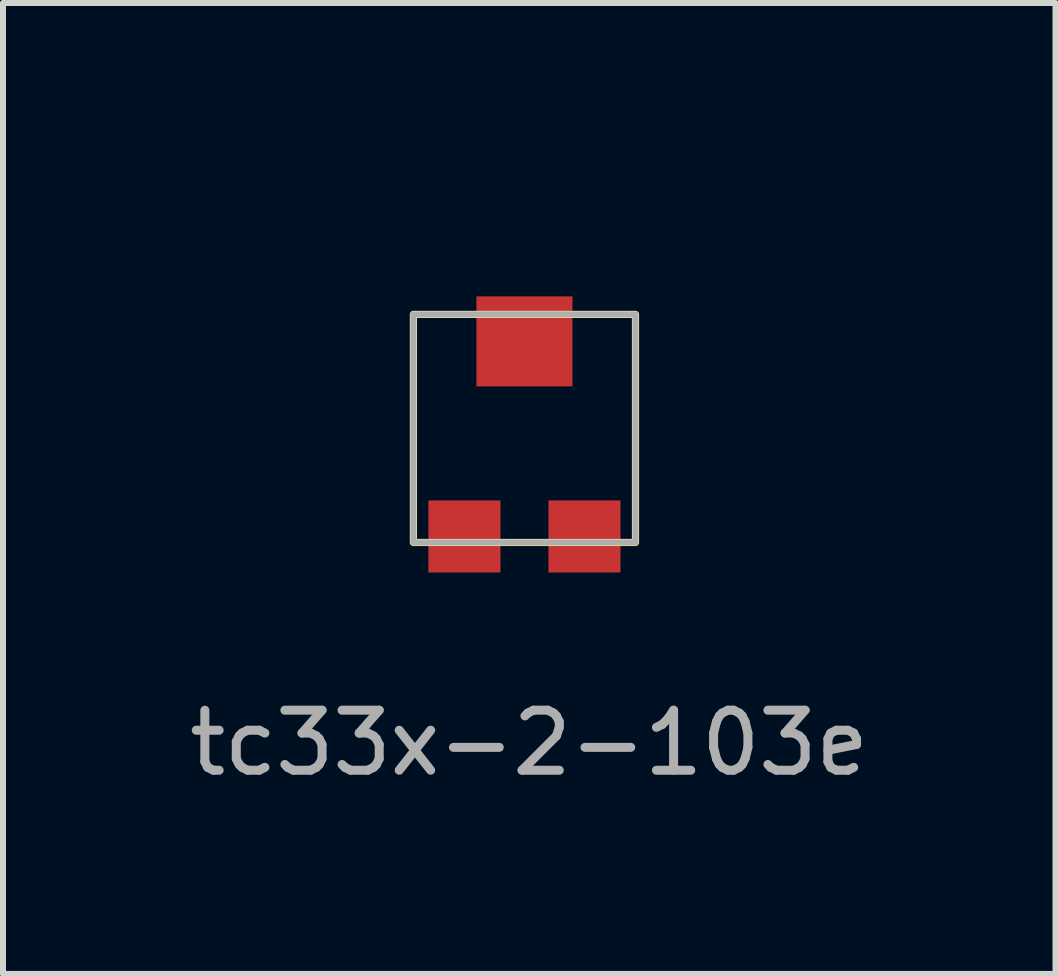
<source format=kicad_pcb>
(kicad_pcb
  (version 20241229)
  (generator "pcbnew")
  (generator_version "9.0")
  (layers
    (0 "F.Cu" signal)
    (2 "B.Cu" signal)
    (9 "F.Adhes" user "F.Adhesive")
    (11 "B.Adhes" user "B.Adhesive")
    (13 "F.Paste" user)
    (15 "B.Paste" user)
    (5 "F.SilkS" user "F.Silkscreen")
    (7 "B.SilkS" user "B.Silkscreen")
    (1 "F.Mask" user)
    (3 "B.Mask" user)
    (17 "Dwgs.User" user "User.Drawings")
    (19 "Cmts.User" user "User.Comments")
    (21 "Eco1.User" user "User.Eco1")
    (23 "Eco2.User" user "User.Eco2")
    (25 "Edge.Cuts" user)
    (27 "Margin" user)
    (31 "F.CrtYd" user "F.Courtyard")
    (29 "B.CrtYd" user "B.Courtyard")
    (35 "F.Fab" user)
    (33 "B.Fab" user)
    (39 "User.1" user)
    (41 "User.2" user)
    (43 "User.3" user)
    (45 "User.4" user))
  (footprint "tc33x-2-103e"
    (layer "F.Cu")
    (at 5.688 4.088)
    (property "Reference" "tc33x-2-103e" (at 0.08 -3.24 0) (unlocked yes) (layer "User.1") (effects (font (size 1 1) (thickness 0.15))))
    (fp_rect (start -1.85 -1.9) (end 1.85 1.9) (stroke (width 0.12) (type solid)) (fill no) (layer "F.SilkS"))
    (fp_rect (start -1.85 -1.9) (end 1.85 1.9) (stroke (width 0.1) (type solid)) (fill no) (layer "F.Fab"))
    (fp_text user "${REFERENCE}" (at 0.08 5.24 0) (unlocked yes) (layer "F.Fab") (effects (font (size 1 1) (thickness 0.15))))
    (pad "1" smd rect (at -1 1.8) (size 1.2 1.2) (layers "F.Cu" "F.Mask" "F.Paste"))
    (pad "2" smd rect (at 0 -1.45) (size 1.6 1.5) (layers "F.Cu" "F.Mask" "F.Paste"))
    (pad "3" smd rect (at 1 1.8) (size 1.2 1.2) (layers "F.Cu" "F.Mask" "F.Paste")))
  (gr_rect
    (start -3 -3)
    (end 14.536 13.177)
    (stroke (width 0.1) (type default))
    (fill no)
    (layer "Edge.Cuts")))
</source>
